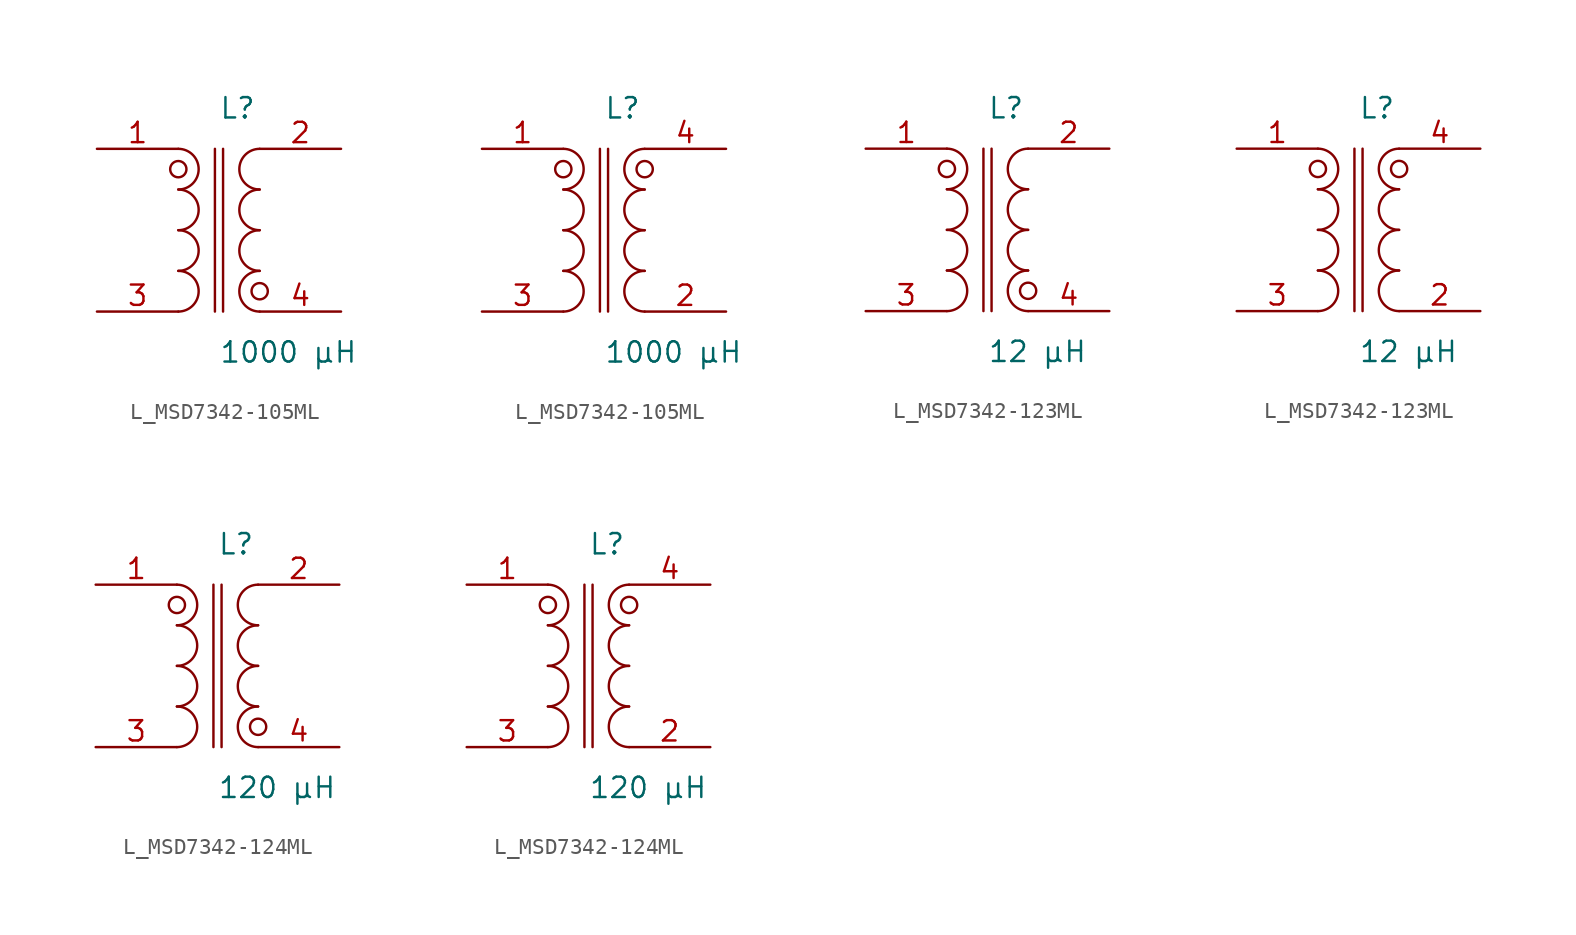
<source format=kicad_sym>
(kicad_symbol_lib
  (version 20231120)
  (generator kicad_symbol_editor)
  (generator_version 8.0)
  (symbol "L_MSD7342-105ML"
    (pin_names
      (offset 0.254))
    (property "Reference" "L"
      (at 0.0 7.62 0)
      (effects (font (size 1.27 1.27)) (justify left)))
    (property "Value" "1000 µH"
      (at 0.0 -7.62 0)
      (effects (font (size 1.27 1.27)) (justify left)))
    (symbol "L_MSD7342-105ML_1_1"
      (arc (start -2.54 -5.08) (mid -1.27 -3.81) (end -2.54 -2.54) (stroke (width 0) (type default)) (fill (type none)))
      (arc (start -2.54 -2.54) (mid -1.27 -1.27) (end -2.54 0.0) (stroke (width 0) (type default)) (fill (type none)))
      (arc (start -2.54 0.0) (mid -1.27 1.27) (end -2.54 2.54) (stroke (width 0) (type default)) (fill (type none)))
      (arc (start -2.54 2.54) (mid -1.27 3.81) (end -2.54 5.08) (stroke (width 0) (type default)) (fill (type none)))
      (arc (start 2.54 -5.08) (mid 1.27 -3.81) (end 2.54 -2.54) (stroke (width 0) (type default)) (fill (type none)))
      (arc (start 2.54 -2.54) (mid 1.27 -1.27) (end 2.54 0.0) (stroke (width 0) (type default)) (fill (type none)))
      (arc (start 2.54 0.0) (mid 1.27 1.27) (end 2.54 2.54) (stroke (width 0) (type default)) (fill (type none)))
      (arc (start 2.54 2.54) (mid 1.27 3.81) (end 2.54 5.08) (stroke (width 0) (type default)) (fill (type none)))
      (circle (center -2.54 3.81) (radius 0.508) (stroke (width 0) (type default)) (fill (type none)))
      (circle (center 2.54 -3.81) (radius 0.508) (stroke (width 0) (type default)) (fill (type none)))
      (polyline (pts (xy -0.254 5.08) (xy -0.254 -5.08)) (stroke (width 0) (type default)) (fill (type none)))
      (polyline (pts (xy 0.254 5.08) (xy 0.254 -5.08)) (stroke (width 0) (type default)) (fill (type none)))
      (pin unspecified line (at -7.62 5.08 0) (length 5.08) (name "" (effects (font (size 1.27 1.27)))) (number "1" (effects (font (size 1.27 1.27)))))
      (pin unspecified line (at -7.62 -5.08 0) (length 5.08) (name "" (effects (font (size 1.27 1.27)))) (number "3" (effects (font (size 1.27 1.27)))))
      (pin unspecified line (at 7.62 5.08 180) (length 5.08) (name "" (effects (font (size 1.27 1.27)))) (number "2" (effects (font (size 1.27 1.27)))))
      (pin unspecified line (at 7.62 -5.08 180) (length 5.08) (name "" (effects (font (size 1.27 1.27)))) (number "4" (effects (font (size 1.27 1.27))))))
    (symbol "L_MSD7342-105ML_1_2"
      (arc (start -2.54 -5.08) (mid -1.27 -3.81) (end -2.54 -2.54) (stroke (width 0) (type default)) (fill (type none)))
      (arc (start -2.54 -2.54) (mid -1.27 -1.27) (end -2.54 0.0) (stroke (width 0) (type default)) (fill (type none)))
      (arc (start -2.54 0.0) (mid -1.27 1.27) (end -2.54 2.54) (stroke (width 0) (type default)) (fill (type none)))
      (arc (start -2.54 2.54) (mid -1.27 3.81) (end -2.54 5.08) (stroke (width 0) (type default)) (fill (type none)))
      (arc (start 2.54 -5.08) (mid 1.27 -3.81) (end 2.54 -2.54) (stroke (width 0) (type default)) (fill (type none)))
      (arc (start 2.54 -2.54) (mid 1.27 -1.27) (end 2.54 0.0) (stroke (width 0) (type default)) (fill (type none)))
      (arc (start 2.54 0.0) (mid 1.27 1.27) (end 2.54 2.54) (stroke (width 0) (type default)) (fill (type none)))
      (arc (start 2.54 2.54) (mid 1.27 3.81) (end 2.54 5.08) (stroke (width 0) (type default)) (fill (type none)))
      (circle (center -2.54 3.81) (radius 0.508) (stroke (width 0) (type default)) (fill (type none)))
      (circle (center 2.54 3.81) (radius 0.508) (stroke (width 0) (type default)) (fill (type none)))
      (polyline (pts (xy -0.254 5.08) (xy -0.254 -5.08)) (stroke (width 0) (type default)) (fill (type none)))
      (polyline (pts (xy 0.254 5.08) (xy 0.254 -5.08)) (stroke (width 0) (type default)) (fill (type none)))
      (pin unspecified line (at -7.62 5.08 0) (length 5.08) (name "" (effects (font (size 1.27 1.27)))) (number "1" (effects (font (size 1.27 1.27)))))
      (pin unspecified line (at -7.62 -5.08 0) (length 5.08) (name "" (effects (font (size 1.27 1.27)))) (number "3" (effects (font (size 1.27 1.27)))))
      (pin unspecified line (at 7.62 -5.08 180) (length 5.08) (name "" (effects (font (size 1.27 1.27)))) (number "2" (effects (font (size 1.27 1.27)))))
      (pin unspecified line (at 7.62 5.08 180) (length 5.08) (name "" (effects (font (size 1.27 1.27)))) (number "4" (effects (font (size 1.27 1.27)))))))
  (symbol "L_MSD7342-123ML"
    (pin_names
      (offset 0.254))
    (property "Reference" "L"
      (at 0.0 7.62 0)
      (effects (font (size 1.27 1.27)) (justify left)))
    (property "Value" "12 µH"
      (at 0.0 -7.62 0)
      (effects (font (size 1.27 1.27)) (justify left)))
    (symbol "L_MSD7342-123ML_1_1"
      (arc (start -2.54 -5.08) (mid -1.27 -3.81) (end -2.54 -2.54) (stroke (width 0) (type default)) (fill (type none)))
      (arc (start -2.54 -2.54) (mid -1.27 -1.27) (end -2.54 0.0) (stroke (width 0) (type default)) (fill (type none)))
      (arc (start -2.54 0.0) (mid -1.27 1.27) (end -2.54 2.54) (stroke (width 0) (type default)) (fill (type none)))
      (arc (start -2.54 2.54) (mid -1.27 3.81) (end -2.54 5.08) (stroke (width 0) (type default)) (fill (type none)))
      (arc (start 2.54 -5.08) (mid 1.27 -3.81) (end 2.54 -2.54) (stroke (width 0) (type default)) (fill (type none)))
      (arc (start 2.54 -2.54) (mid 1.27 -1.27) (end 2.54 0.0) (stroke (width 0) (type default)) (fill (type none)))
      (arc (start 2.54 0.0) (mid 1.27 1.27) (end 2.54 2.54) (stroke (width 0) (type default)) (fill (type none)))
      (arc (start 2.54 2.54) (mid 1.27 3.81) (end 2.54 5.08) (stroke (width 0) (type default)) (fill (type none)))
      (circle (center -2.54 3.81) (radius 0.508) (stroke (width 0) (type default)) (fill (type none)))
      (circle (center 2.54 -3.81) (radius 0.508) (stroke (width 0) (type default)) (fill (type none)))
      (polyline (pts (xy -0.254 5.08) (xy -0.254 -5.08)) (stroke (width 0) (type default)) (fill (type none)))
      (polyline (pts (xy 0.254 5.08) (xy 0.254 -5.08)) (stroke (width 0) (type default)) (fill (type none)))
      (pin unspecified line (at -7.62 5.08 0) (length 5.08) (name "" (effects (font (size 1.27 1.27)))) (number "1" (effects (font (size 1.27 1.27)))))
      (pin unspecified line (at -7.62 -5.08 0) (length 5.08) (name "" (effects (font (size 1.27 1.27)))) (number "3" (effects (font (size 1.27 1.27)))))
      (pin unspecified line (at 7.62 5.08 180) (length 5.08) (name "" (effects (font (size 1.27 1.27)))) (number "2" (effects (font (size 1.27 1.27)))))
      (pin unspecified line (at 7.62 -5.08 180) (length 5.08) (name "" (effects (font (size 1.27 1.27)))) (number "4" (effects (font (size 1.27 1.27))))))
    (symbol "L_MSD7342-123ML_1_2"
      (arc (start -2.54 -5.08) (mid -1.27 -3.81) (end -2.54 -2.54) (stroke (width 0) (type default)) (fill (type none)))
      (arc (start -2.54 -2.54) (mid -1.27 -1.27) (end -2.54 0.0) (stroke (width 0) (type default)) (fill (type none)))
      (arc (start -2.54 0.0) (mid -1.27 1.27) (end -2.54 2.54) (stroke (width 0) (type default)) (fill (type none)))
      (arc (start -2.54 2.54) (mid -1.27 3.81) (end -2.54 5.08) (stroke (width 0) (type default)) (fill (type none)))
      (arc (start 2.54 -5.08) (mid 1.27 -3.81) (end 2.54 -2.54) (stroke (width 0) (type default)) (fill (type none)))
      (arc (start 2.54 -2.54) (mid 1.27 -1.27) (end 2.54 0.0) (stroke (width 0) (type default)) (fill (type none)))
      (arc (start 2.54 0.0) (mid 1.27 1.27) (end 2.54 2.54) (stroke (width 0) (type default)) (fill (type none)))
      (arc (start 2.54 2.54) (mid 1.27 3.81) (end 2.54 5.08) (stroke (width 0) (type default)) (fill (type none)))
      (circle (center -2.54 3.81) (radius 0.508) (stroke (width 0) (type default)) (fill (type none)))
      (circle (center 2.54 3.81) (radius 0.508) (stroke (width 0) (type default)) (fill (type none)))
      (polyline (pts (xy -0.254 5.08) (xy -0.254 -5.08)) (stroke (width 0) (type default)) (fill (type none)))
      (polyline (pts (xy 0.254 5.08) (xy 0.254 -5.08)) (stroke (width 0) (type default)) (fill (type none)))
      (pin unspecified line (at -7.62 5.08 0) (length 5.08) (name "" (effects (font (size 1.27 1.27)))) (number "1" (effects (font (size 1.27 1.27)))))
      (pin unspecified line (at -7.62 -5.08 0) (length 5.08) (name "" (effects (font (size 1.27 1.27)))) (number "3" (effects (font (size 1.27 1.27)))))
      (pin unspecified line (at 7.62 -5.08 180) (length 5.08) (name "" (effects (font (size 1.27 1.27)))) (number "2" (effects (font (size 1.27 1.27)))))
      (pin unspecified line (at 7.62 5.08 180) (length 5.08) (name "" (effects (font (size 1.27 1.27)))) (number "4" (effects (font (size 1.27 1.27)))))))
  (symbol "L_MSD7342-124ML"
    (pin_names
      (offset 0.254))
    (property "Reference" "L"
      (at 0.0 7.62 0)
      (effects (font (size 1.27 1.27)) (justify left)))
    (property "Value" "120 µH"
      (at 0.0 -7.62 0)
      (effects (font (size 1.27 1.27)) (justify left)))
    (symbol "L_MSD7342-124ML_1_1"
      (arc (start -2.54 -5.08) (mid -1.27 -3.81) (end -2.54 -2.54) (stroke (width 0) (type default)) (fill (type none)))
      (arc (start -2.54 -2.54) (mid -1.27 -1.27) (end -2.54 0.0) (stroke (width 0) (type default)) (fill (type none)))
      (arc (start -2.54 0.0) (mid -1.27 1.27) (end -2.54 2.54) (stroke (width 0) (type default)) (fill (type none)))
      (arc (start -2.54 2.54) (mid -1.27 3.81) (end -2.54 5.08) (stroke (width 0) (type default)) (fill (type none)))
      (arc (start 2.54 -5.08) (mid 1.27 -3.81) (end 2.54 -2.54) (stroke (width 0) (type default)) (fill (type none)))
      (arc (start 2.54 -2.54) (mid 1.27 -1.27) (end 2.54 0.0) (stroke (width 0) (type default)) (fill (type none)))
      (arc (start 2.54 0.0) (mid 1.27 1.27) (end 2.54 2.54) (stroke (width 0) (type default)) (fill (type none)))
      (arc (start 2.54 2.54) (mid 1.27 3.81) (end 2.54 5.08) (stroke (width 0) (type default)) (fill (type none)))
      (circle (center -2.54 3.81) (radius 0.508) (stroke (width 0) (type default)) (fill (type none)))
      (circle (center 2.54 -3.81) (radius 0.508) (stroke (width 0) (type default)) (fill (type none)))
      (polyline (pts (xy -0.254 5.08) (xy -0.254 -5.08)) (stroke (width 0) (type default)) (fill (type none)))
      (polyline (pts (xy 0.254 5.08) (xy 0.254 -5.08)) (stroke (width 0) (type default)) (fill (type none)))
      (pin unspecified line (at -7.62 5.08 0) (length 5.08) (name "" (effects (font (size 1.27 1.27)))) (number "1" (effects (font (size 1.27 1.27)))))
      (pin unspecified line (at -7.62 -5.08 0) (length 5.08) (name "" (effects (font (size 1.27 1.27)))) (number "3" (effects (font (size 1.27 1.27)))))
      (pin unspecified line (at 7.62 5.08 180) (length 5.08) (name "" (effects (font (size 1.27 1.27)))) (number "2" (effects (font (size 1.27 1.27)))))
      (pin unspecified line (at 7.62 -5.08 180) (length 5.08) (name "" (effects (font (size 1.27 1.27)))) (number "4" (effects (font (size 1.27 1.27))))))
    (symbol "L_MSD7342-124ML_1_2"
      (arc (start -2.54 -5.08) (mid -1.27 -3.81) (end -2.54 -2.54) (stroke (width 0) (type default)) (fill (type none)))
      (arc (start -2.54 -2.54) (mid -1.27 -1.27) (end -2.54 0.0) (stroke (width 0) (type default)) (fill (type none)))
      (arc (start -2.54 0.0) (mid -1.27 1.27) (end -2.54 2.54) (stroke (width 0) (type default)) (fill (type none)))
      (arc (start -2.54 2.54) (mid -1.27 3.81) (end -2.54 5.08) (stroke (width 0) (type default)) (fill (type none)))
      (arc (start 2.54 -5.08) (mid 1.27 -3.81) (end 2.54 -2.54) (stroke (width 0) (type default)) (fill (type none)))
      (arc (start 2.54 -2.54) (mid 1.27 -1.27) (end 2.54 0.0) (stroke (width 0) (type default)) (fill (type none)))
      (arc (start 2.54 0.0) (mid 1.27 1.27) (end 2.54 2.54) (stroke (width 0) (type default)) (fill (type none)))
      (arc (start 2.54 2.54) (mid 1.27 3.81) (end 2.54 5.08) (stroke (width 0) (type default)) (fill (type none)))
      (circle (center -2.54 3.81) (radius 0.508) (stroke (width 0) (type default)) (fill (type none)))
      (circle (center 2.54 3.81) (radius 0.508) (stroke (width 0) (type default)) (fill (type none)))
      (polyline (pts (xy -0.254 5.08) (xy -0.254 -5.08)) (stroke (width 0) (type default)) (fill (type none)))
      (polyline (pts (xy 0.254 5.08) (xy 0.254 -5.08)) (stroke (width 0) (type default)) (fill (type none)))
      (pin unspecified line (at -7.62 5.08 0) (length 5.08) (name "" (effects (font (size 1.27 1.27)))) (number "1" (effects (font (size 1.27 1.27)))))
      (pin unspecified line (at -7.62 -5.08 0) (length 5.08) (name "" (effects (font (size 1.27 1.27)))) (number "3" (effects (font (size 1.27 1.27)))))
      (pin unspecified line (at 7.62 -5.08 180) (length 5.08) (name "" (effects (font (size 1.27 1.27)))) (number "2" (effects (font (size 1.27 1.27)))))
      (pin unspecified line (at 7.62 5.08 180) (length 5.08) (name "" (effects (font (size 1.27 1.27)))) (number "4" (effects (font (size 1.27 1.27))))))))
</source>
